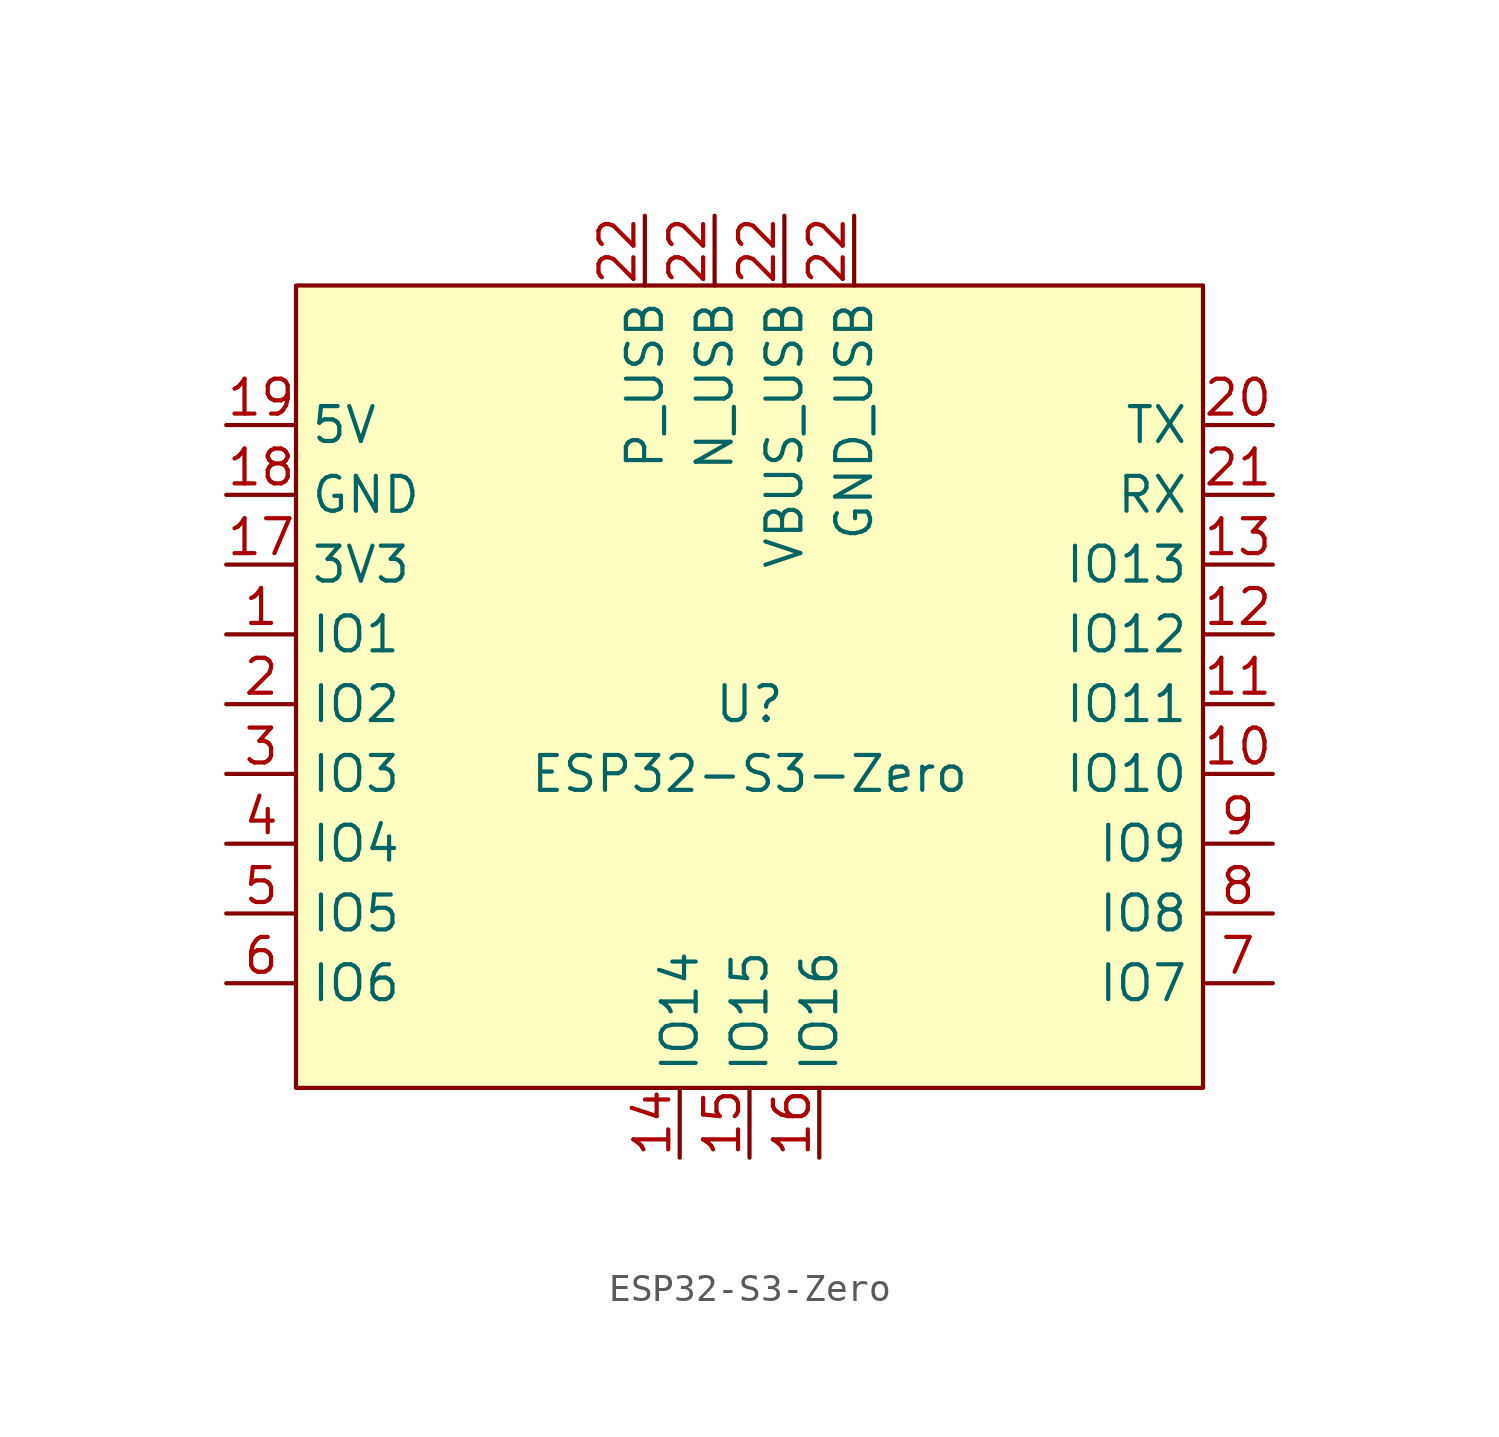
<source format=kicad_sym>
(kicad_symbol_lib
  (version 20220914)
  (generator kicad_symbol_editor)
  (symbol "ESP32-S3-Zero"
    (property "Reference" "U"
      (at 0 0 0)
      (effects (font (size 1.27 1.27))))
    (property "Value" "ESP32-S3-Zero"
      (at 0 -2.54 0)
      (effects (font (size 1.27 1.27))))
    (symbol "ESP32-S3-Zero_1_1"
      (rectangle (start -16.51 15.24) (end 16.51 -13.97) (stroke (width 0) (type default)) (fill (type background)))
      (pin bidirectional line (at -19.05 2.54 0) (length 2.54) (name "IO1" (effects (font (size 1.27 1.27)))) (number "1" (effects (font (size 1.27 1.27)))))
      (pin bidirectional line (at 19.05 -2.54 180) (length 2.54) (name "IO10" (effects (font (size 1.27 1.27)))) (number "10" (effects (font (size 1.27 1.27)))))
      (pin bidirectional line (at 19.05 0 180) (length 2.54) (name "IO11" (effects (font (size 1.27 1.27)))) (number "11" (effects (font (size 1.27 1.27)))))
      (pin bidirectional line (at 19.05 2.54 180) (length 2.54) (name "IO12" (effects (font (size 1.27 1.27)))) (number "12" (effects (font (size 1.27 1.27)))))
      (pin bidirectional line (at 19.05 5.08 180) (length 2.54) (name "IO13" (effects (font (size 1.27 1.27)))) (number "13" (effects (font (size 1.27 1.27)))))
      (pin bidirectional line (at -2.54 -16.51 90) (length 2.54) (name "IO14" (effects (font (size 1.27 1.27)))) (number "14" (effects (font (size 1.27 1.27)))))
      (pin bidirectional line (at 0 -16.51 90) (length 2.54) (name "IO15" (effects (font (size 1.27 1.27)))) (number "15" (effects (font (size 1.27 1.27)))))
      (pin bidirectional line (at 2.54 -16.51 90) (length 2.54) (name "IO16" (effects (font (size 1.27 1.27)))) (number "16" (effects (font (size 1.27 1.27)))))
      (pin power_in line (at -19.05 5.08 0) (length 2.54) (name "3V3" (effects (font (size 1.27 1.27)))) (number "17" (effects (font (size 1.27 1.27)))))
      (pin power_in line (at -19.05 7.62 0) (length 2.54) (name "GND" (effects (font (size 1.27 1.27)))) (number "18" (effects (font (size 1.27 1.27)))))
      (pin power_in line (at -19.05 10.16 0) (length 2.54) (name "5V" (effects (font (size 1.27 1.27)))) (number "19" (effects (font (size 1.27 1.27)))))
      (pin bidirectional line (at -19.05 0 0) (length 2.54) (name "IO2" (effects (font (size 1.27 1.27)))) (number "2" (effects (font (size 1.27 1.27)))))
      (pin output line (at 19.05 10.16 180) (length 2.54) (name "TX" (effects (font (size 1.27 1.27)))) (number "20" (effects (font (size 1.27 1.27)))))
      (pin input line (at 19.05 7.62 180) (length 2.54) (name "RX" (effects (font (size 1.27 1.27)))) (number "21" (effects (font (size 1.27 1.27)))))
      (pin power_in line (at 3.81 17.78 270) (length 2.54) (name "GND_USB" (effects (font (size 1.27 1.27)))) (number "22" (effects (font (size 1.27 1.27)))))
      (pin bidirectional line (at -1.27 17.78 270) (length 2.54) (name "N_USB" (effects (font (size 1.27 1.27)))) (number "22" (effects (font (size 1.27 1.27)))))
      (pin bidirectional line (at -3.81 17.78 270) (length 2.54) (name "P_USB" (effects (font (size 1.27 1.27)))) (number "22" (effects (font (size 1.27 1.27)))))
      (pin power_in line (at 1.27 17.78 270) (length 2.54) (name "VBUS_USB" (effects (font (size 1.27 1.27)))) (number "22" (effects (font (size 1.27 1.27)))))
      (pin bidirectional line (at -19.05 -2.54 0) (length 2.54) (name "IO3" (effects (font (size 1.27 1.27)))) (number "3" (effects (font (size 1.27 1.27)))))
      (pin bidirectional line (at -19.05 -5.08 0) (length 2.54) (name "IO4" (effects (font (size 1.27 1.27)))) (number "4" (effects (font (size 1.27 1.27)))))
      (pin bidirectional line (at -19.05 -7.62 0) (length 2.54) (name "IO5" (effects (font (size 1.27 1.27)))) (number "5" (effects (font (size 1.27 1.27)))))
      (pin bidirectional line (at -19.05 -10.16 0) (length 2.54) (name "IO6" (effects (font (size 1.27 1.27)))) (number "6" (effects (font (size 1.27 1.27)))))
      (pin bidirectional line (at 19.05 -10.16 180) (length 2.54) (name "IO7" (effects (font (size 1.27 1.27)))) (number "7" (effects (font (size 1.27 1.27)))))
      (pin bidirectional line (at 19.05 -7.62 180) (length 2.54) (name "IO8" (effects (font (size 1.27 1.27)))) (number "8" (effects (font (size 1.27 1.27)))))
      (pin bidirectional line (at 19.05 -5.08 180) (length 2.54) (name "IO9" (effects (font (size 1.27 1.27)))) (number "9" (effects (font (size 1.27 1.27))))))))
</source>
